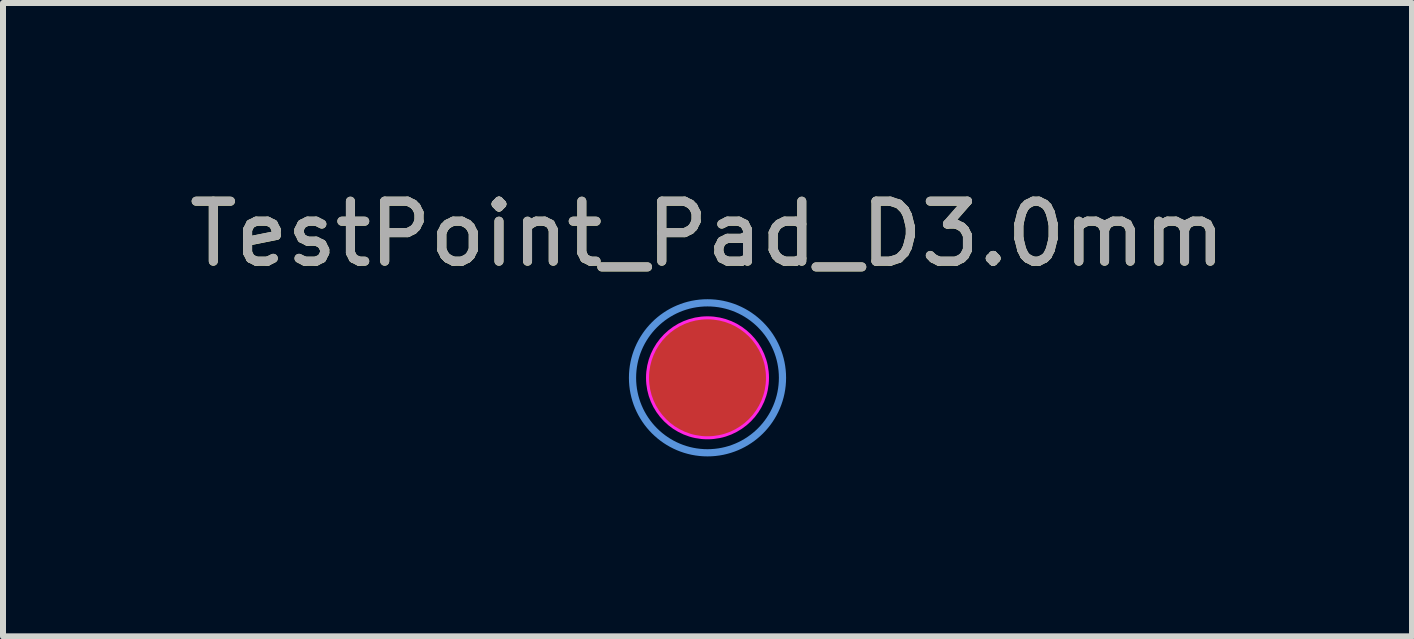
<source format=kicad_pcb>
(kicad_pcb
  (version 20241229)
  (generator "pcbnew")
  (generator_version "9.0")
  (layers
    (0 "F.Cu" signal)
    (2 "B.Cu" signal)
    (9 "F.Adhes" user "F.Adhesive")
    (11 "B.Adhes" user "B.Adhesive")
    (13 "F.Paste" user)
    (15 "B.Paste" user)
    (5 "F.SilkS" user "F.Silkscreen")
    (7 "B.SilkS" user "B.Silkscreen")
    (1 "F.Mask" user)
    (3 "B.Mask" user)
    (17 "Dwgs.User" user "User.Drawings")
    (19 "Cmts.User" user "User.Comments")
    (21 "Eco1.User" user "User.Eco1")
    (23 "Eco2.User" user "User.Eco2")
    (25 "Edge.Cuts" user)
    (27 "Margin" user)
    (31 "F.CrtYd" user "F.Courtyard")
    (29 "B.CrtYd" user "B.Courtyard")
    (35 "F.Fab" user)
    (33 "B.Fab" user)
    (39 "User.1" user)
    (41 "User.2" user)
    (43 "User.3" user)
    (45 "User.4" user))
  (footprint "TestPoint_Pad_D3.0mm"
    (layer "F.Cu")
    (at 8.744 3.248)
    (property "Reference" "TestPoint_Pad_D3.0mm" (at 0 -2.398 0) (layer "F.SilkS") (effects (font (size 1 1) (thickness 0.15))))
    (attr exclude_from_pos_files exclude_from_bom)
    (fp_circle (center 0 0) (end 1.25 0) (stroke (width 0.12) (type solid)) (fill no) (layer "Cmts.User"))
    (fp_circle (center 0 0) (end 1 0) (stroke (width 0.05) (type solid)) (fill no) (layer "F.CrtYd"))
    (fp_text user "${REFERENCE}" (at 0 -2.4 0) (layer "F.Fab") (effects (font (size 1 1) (thickness 0.15))))
    (pad "1" smd circle (at 0 0) (size 2 2) (layers "F.Cu" "F.Mask")))
  (gr_rect
    (start -3 -3)
    (end 20.488 7.558)
    (stroke (width 0.1) (type default))
    (fill no)
    (layer "Edge.Cuts")))
</source>
